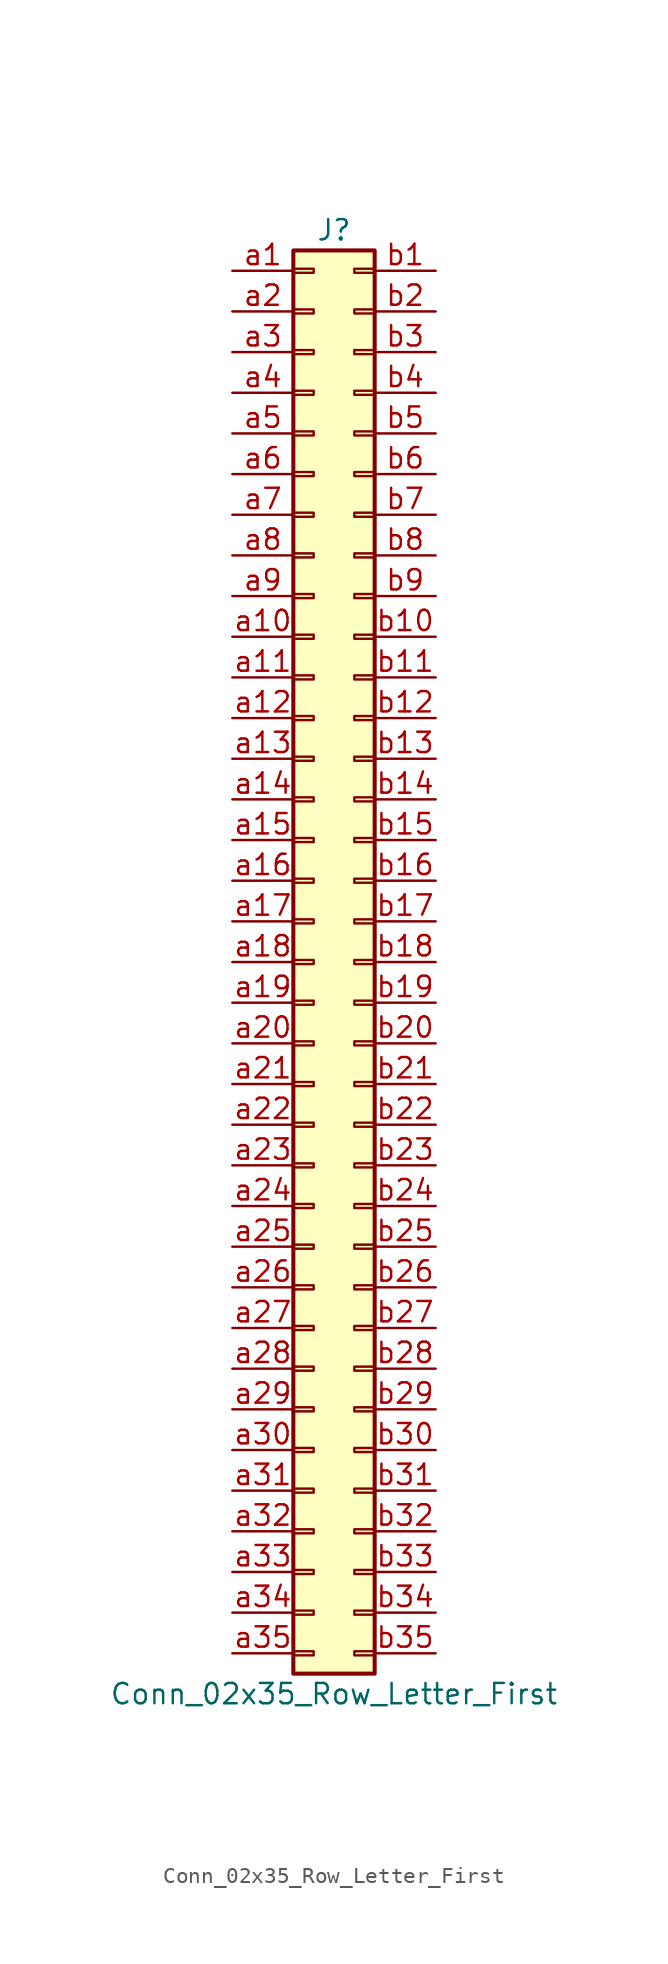
<source format=kicad_sym>
(kicad_symbol_lib
  (version 20201005)
  (generator kicad_symbol_editor)
  (symbol "Conn_02x35_Row_Letter_First"
    (pin_names
      (offset 1.016) hide)
    (property "Reference" "J"
      (at 1.27 45.72 0)
      (effects (font (size 1.27 1.27))))
    (property "Value" "Conn_02x35_Row_Letter_First"
      (at 1.27 -45.72 0)
      (effects (font (size 1.27 1.27))))
    (symbol "Conn_02x35_Row_Letter_First_1_1"
      (rectangle (start -1.27 -43.053) (end 0 -43.307) (stroke (width 0.152)) (fill (type none)))
      (rectangle (start -1.27 -40.513) (end 0 -40.767) (stroke (width 0.152)) (fill (type none)))
      (rectangle (start -1.27 -37.973) (end 0 -38.227) (stroke (width 0.152)) (fill (type none)))
      (rectangle (start -1.27 -35.433) (end 0 -35.687) (stroke (width 0.152)) (fill (type none)))
      (rectangle (start -1.27 -32.893) (end 0 -33.147) (stroke (width 0.152)) (fill (type none)))
      (rectangle (start -1.27 -30.353) (end 0 -30.607) (stroke (width 0.152)) (fill (type none)))
      (rectangle (start -1.27 -27.813) (end 0 -28.067) (stroke (width 0.152)) (fill (type none)))
      (rectangle (start -1.27 -25.273) (end 0 -25.527) (stroke (width 0.152)) (fill (type none)))
      (rectangle (start -1.27 -22.733) (end 0 -22.987) (stroke (width 0.152)) (fill (type none)))
      (rectangle (start -1.27 -20.193) (end 0 -20.447) (stroke (width 0.152)) (fill (type none)))
      (rectangle (start -1.27 -17.653) (end 0 -17.907) (stroke (width 0.152)) (fill (type none)))
      (rectangle (start -1.27 -15.113) (end 0 -15.367) (stroke (width 0.152)) (fill (type none)))
      (rectangle (start -1.27 -12.573) (end 0 -12.827) (stroke (width 0.152)) (fill (type none)))
      (rectangle (start -1.27 -10.033) (end 0 -10.287) (stroke (width 0.152)) (fill (type none)))
      (rectangle (start -1.27 -7.493) (end 0 -7.747) (stroke (width 0.152)) (fill (type none)))
      (rectangle (start -1.27 -4.953) (end 0 -5.207) (stroke (width 0.152)) (fill (type none)))
      (rectangle (start -1.27 -2.413) (end 0 -2.667) (stroke (width 0.152)) (fill (type none)))
      (rectangle (start -1.27 0.127) (end 0 -0.127) (stroke (width 0.152)) (fill (type none)))
      (rectangle (start -1.27 2.667) (end 0 2.413) (stroke (width 0.152)) (fill (type none)))
      (rectangle (start -1.27 5.207) (end 0 4.953) (stroke (width 0.152)) (fill (type none)))
      (rectangle (start -1.27 7.747) (end 0 7.493) (stroke (width 0.152)) (fill (type none)))
      (rectangle (start -1.27 10.287) (end 0 10.033) (stroke (width 0.152)) (fill (type none)))
      (rectangle (start -1.27 12.827) (end 0 12.573) (stroke (width 0.152)) (fill (type none)))
      (rectangle (start -1.27 15.367) (end 0 15.113) (stroke (width 0.152)) (fill (type none)))
      (rectangle (start -1.27 17.907) (end 0 17.653) (stroke (width 0.152)) (fill (type none)))
      (rectangle (start -1.27 20.447) (end 0 20.193) (stroke (width 0.152)) (fill (type none)))
      (rectangle (start -1.27 22.987) (end 0 22.733) (stroke (width 0.152)) (fill (type none)))
      (rectangle (start -1.27 25.527) (end 0 25.273) (stroke (width 0.152)) (fill (type none)))
      (rectangle (start -1.27 28.067) (end 0 27.813) (stroke (width 0.152)) (fill (type none)))
      (rectangle (start -1.27 30.607) (end 0 30.353) (stroke (width 0.152)) (fill (type none)))
      (rectangle (start -1.27 33.147) (end 0 32.893) (stroke (width 0.152)) (fill (type none)))
      (rectangle (start -1.27 35.687) (end 0 35.433) (stroke (width 0.152)) (fill (type none)))
      (rectangle (start -1.27 38.227) (end 0 37.973) (stroke (width 0.152)) (fill (type none)))
      (rectangle (start -1.27 40.767) (end 0 40.513) (stroke (width 0.152)) (fill (type none)))
      (rectangle (start -1.27 43.307) (end 0 43.053) (stroke (width 0.152)) (fill (type none)))
      (rectangle (start 3.81 -43.053) (end 2.54 -43.307) (stroke (width 0.152)) (fill (type none)))
      (rectangle (start 3.81 -40.513) (end 2.54 -40.767) (stroke (width 0.152)) (fill (type none)))
      (rectangle (start 3.81 -37.973) (end 2.54 -38.227) (stroke (width 0.152)) (fill (type none)))
      (rectangle (start 3.81 -35.433) (end 2.54 -35.687) (stroke (width 0.152)) (fill (type none)))
      (rectangle (start 3.81 -32.893) (end 2.54 -33.147) (stroke (width 0.152)) (fill (type none)))
      (rectangle (start 3.81 -30.353) (end 2.54 -30.607) (stroke (width 0.152)) (fill (type none)))
      (rectangle (start 3.81 -27.813) (end 2.54 -28.067) (stroke (width 0.152)) (fill (type none)))
      (rectangle (start 3.81 -25.273) (end 2.54 -25.527) (stroke (width 0.152)) (fill (type none)))
      (rectangle (start 3.81 -22.733) (end 2.54 -22.987) (stroke (width 0.152)) (fill (type none)))
      (rectangle (start 3.81 -20.193) (end 2.54 -20.447) (stroke (width 0.152)) (fill (type none)))
      (rectangle (start 3.81 -17.653) (end 2.54 -17.907) (stroke (width 0.152)) (fill (type none)))
      (rectangle (start 3.81 -15.113) (end 2.54 -15.367) (stroke (width 0.152)) (fill (type none)))
      (rectangle (start 3.81 -12.573) (end 2.54 -12.827) (stroke (width 0.152)) (fill (type none)))
      (rectangle (start 3.81 -10.033) (end 2.54 -10.287) (stroke (width 0.152)) (fill (type none)))
      (rectangle (start 3.81 -7.493) (end 2.54 -7.747) (stroke (width 0.152)) (fill (type none)))
      (rectangle (start 3.81 -4.953) (end 2.54 -5.207) (stroke (width 0.152)) (fill (type none)))
      (rectangle (start 3.81 -2.413) (end 2.54 -2.667) (stroke (width 0.152)) (fill (type none)))
      (rectangle (start 3.81 0.127) (end 2.54 -0.127) (stroke (width 0.152)) (fill (type none)))
      (rectangle (start 3.81 2.667) (end 2.54 2.413) (stroke (width 0.152)) (fill (type none)))
      (rectangle (start 3.81 5.207) (end 2.54 4.953) (stroke (width 0.152)) (fill (type none)))
      (rectangle (start 3.81 7.747) (end 2.54 7.493) (stroke (width 0.152)) (fill (type none)))
      (rectangle (start 3.81 10.287) (end 2.54 10.033) (stroke (width 0.152)) (fill (type none)))
      (rectangle (start 3.81 12.827) (end 2.54 12.573) (stroke (width 0.152)) (fill (type none)))
      (rectangle (start 3.81 15.367) (end 2.54 15.113) (stroke (width 0.152)) (fill (type none)))
      (rectangle (start 3.81 17.907) (end 2.54 17.653) (stroke (width 0.152)) (fill (type none)))
      (rectangle (start 3.81 20.447) (end 2.54 20.193) (stroke (width 0.152)) (fill (type none)))
      (rectangle (start 3.81 22.987) (end 2.54 22.733) (stroke (width 0.152)) (fill (type none)))
      (rectangle (start 3.81 25.527) (end 2.54 25.273) (stroke (width 0.152)) (fill (type none)))
      (rectangle (start 3.81 28.067) (end 2.54 27.813) (stroke (width 0.152)) (fill (type none)))
      (rectangle (start 3.81 30.607) (end 2.54 30.353) (stroke (width 0.152)) (fill (type none)))
      (rectangle (start 3.81 33.147) (end 2.54 32.893) (stroke (width 0.152)) (fill (type none)))
      (rectangle (start 3.81 35.687) (end 2.54 35.433) (stroke (width 0.152)) (fill (type none)))
      (rectangle (start 3.81 38.227) (end 2.54 37.973) (stroke (width 0.152)) (fill (type none)))
      (rectangle (start 3.81 40.767) (end 2.54 40.513) (stroke (width 0.152)) (fill (type none)))
      (rectangle (start 3.81 43.307) (end 2.54 43.053) (stroke (width 0.152)) (fill (type none)))
      (rectangle (start -1.27 44.45) (end 3.81 -44.45) (stroke (width 0.254)) (fill (type background)))
      (pin passive line (at -5.08 43.18 0) (length 3.81) (name "Pin_a1" (effects (font (size 1.27 1.27)))) (number "a1" (effects (font (size 1.27 1.27)))))
      (pin passive line (at -5.08 20.32 0) (length 3.81) (name "Pin_a10" (effects (font (size 1.27 1.27)))) (number "a10" (effects (font (size 1.27 1.27)))))
      (pin passive line (at -5.08 17.78 0) (length 3.81) (name "Pin_a11" (effects (font (size 1.27 1.27)))) (number "a11" (effects (font (size 1.27 1.27)))))
      (pin passive line (at -5.08 15.24 0) (length 3.81) (name "Pin_a12" (effects (font (size 1.27 1.27)))) (number "a12" (effects (font (size 1.27 1.27)))))
      (pin passive line (at -5.08 12.7 0) (length 3.81) (name "Pin_a13" (effects (font (size 1.27 1.27)))) (number "a13" (effects (font (size 1.27 1.27)))))
      (pin passive line (at -5.08 10.16 0) (length 3.81) (name "Pin_a14" (effects (font (size 1.27 1.27)))) (number "a14" (effects (font (size 1.27 1.27)))))
      (pin passive line (at -5.08 7.62 0) (length 3.81) (name "Pin_a15" (effects (font (size 1.27 1.27)))) (number "a15" (effects (font (size 1.27 1.27)))))
      (pin passive line (at -5.08 5.08 0) (length 3.81) (name "Pin_a16" (effects (font (size 1.27 1.27)))) (number "a16" (effects (font (size 1.27 1.27)))))
      (pin passive line (at -5.08 2.54 0) (length 3.81) (name "Pin_a17" (effects (font (size 1.27 1.27)))) (number "a17" (effects (font (size 1.27 1.27)))))
      (pin passive line (at -5.08 0 0) (length 3.81) (name "Pin_a18" (effects (font (size 1.27 1.27)))) (number "a18" (effects (font (size 1.27 1.27)))))
      (pin passive line (at -5.08 -2.54 0) (length 3.81) (name "Pin_a19" (effects (font (size 1.27 1.27)))) (number "a19" (effects (font (size 1.27 1.27)))))
      (pin passive line (at -5.08 40.64 0) (length 3.81) (name "Pin_a2" (effects (font (size 1.27 1.27)))) (number "a2" (effects (font (size 1.27 1.27)))))
      (pin passive line (at -5.08 -5.08 0) (length 3.81) (name "Pin_a20" (effects (font (size 1.27 1.27)))) (number "a20" (effects (font (size 1.27 1.27)))))
      (pin passive line (at -5.08 -7.62 0) (length 3.81) (name "Pin_a21" (effects (font (size 1.27 1.27)))) (number "a21" (effects (font (size 1.27 1.27)))))
      (pin passive line (at -5.08 -10.16 0) (length 3.81) (name "Pin_a22" (effects (font (size 1.27 1.27)))) (number "a22" (effects (font (size 1.27 1.27)))))
      (pin passive line (at -5.08 -12.7 0) (length 3.81) (name "Pin_a23" (effects (font (size 1.27 1.27)))) (number "a23" (effects (font (size 1.27 1.27)))))
      (pin passive line (at -5.08 -15.24 0) (length 3.81) (name "Pin_a24" (effects (font (size 1.27 1.27)))) (number "a24" (effects (font (size 1.27 1.27)))))
      (pin passive line (at -5.08 -17.78 0) (length 3.81) (name "Pin_a25" (effects (font (size 1.27 1.27)))) (number "a25" (effects (font (size 1.27 1.27)))))
      (pin passive line (at -5.08 -20.32 0) (length 3.81) (name "Pin_a26" (effects (font (size 1.27 1.27)))) (number "a26" (effects (font (size 1.27 1.27)))))
      (pin passive line (at -5.08 -22.86 0) (length 3.81) (name "Pin_a27" (effects (font (size 1.27 1.27)))) (number "a27" (effects (font (size 1.27 1.27)))))
      (pin passive line (at -5.08 -25.4 0) (length 3.81) (name "Pin_a28" (effects (font (size 1.27 1.27)))) (number "a28" (effects (font (size 1.27 1.27)))))
      (pin passive line (at -5.08 -27.94 0) (length 3.81) (name "Pin_a29" (effects (font (size 1.27 1.27)))) (number "a29" (effects (font (size 1.27 1.27)))))
      (pin passive line (at -5.08 38.1 0) (length 3.81) (name "Pin_a3" (effects (font (size 1.27 1.27)))) (number "a3" (effects (font (size 1.27 1.27)))))
      (pin passive line (at -5.08 -30.48 0) (length 3.81) (name "Pin_a30" (effects (font (size 1.27 1.27)))) (number "a30" (effects (font (size 1.27 1.27)))))
      (pin passive line (at -5.08 -33.02 0) (length 3.81) (name "Pin_a31" (effects (font (size 1.27 1.27)))) (number "a31" (effects (font (size 1.27 1.27)))))
      (pin passive line (at -5.08 -35.56 0) (length 3.81) (name "Pin_a32" (effects (font (size 1.27 1.27)))) (number "a32" (effects (font (size 1.27 1.27)))))
      (pin passive line (at -5.08 -38.1 0) (length 3.81) (name "Pin_a33" (effects (font (size 1.27 1.27)))) (number "a33" (effects (font (size 1.27 1.27)))))
      (pin passive line (at -5.08 -40.64 0) (length 3.81) (name "Pin_a34" (effects (font (size 1.27 1.27)))) (number "a34" (effects (font (size 1.27 1.27)))))
      (pin passive line (at -5.08 -43.18 0) (length 3.81) (name "Pin_a35" (effects (font (size 1.27 1.27)))) (number "a35" (effects (font (size 1.27 1.27)))))
      (pin passive line (at -5.08 35.56 0) (length 3.81) (name "Pin_a4" (effects (font (size 1.27 1.27)))) (number "a4" (effects (font (size 1.27 1.27)))))
      (pin passive line (at -5.08 33.02 0) (length 3.81) (name "Pin_a5" (effects (font (size 1.27 1.27)))) (number "a5" (effects (font (size 1.27 1.27)))))
      (pin passive line (at -5.08 30.48 0) (length 3.81) (name "Pin_a6" (effects (font (size 1.27 1.27)))) (number "a6" (effects (font (size 1.27 1.27)))))
      (pin passive line (at -5.08 27.94 0) (length 3.81) (name "Pin_a7" (effects (font (size 1.27 1.27)))) (number "a7" (effects (font (size 1.27 1.27)))))
      (pin passive line (at -5.08 25.4 0) (length 3.81) (name "Pin_a8" (effects (font (size 1.27 1.27)))) (number "a8" (effects (font (size 1.27 1.27)))))
      (pin passive line (at -5.08 22.86 0) (length 3.81) (name "Pin_a9" (effects (font (size 1.27 1.27)))) (number "a9" (effects (font (size 1.27 1.27)))))
      (pin passive line (at 7.62 43.18 180) (length 3.81) (name "Pin_b1" (effects (font (size 1.27 1.27)))) (number "b1" (effects (font (size 1.27 1.27)))))
      (pin passive line (at 7.62 20.32 180) (length 3.81) (name "Pin_b10" (effects (font (size 1.27 1.27)))) (number "b10" (effects (font (size 1.27 1.27)))))
      (pin passive line (at 7.62 17.78 180) (length 3.81) (name "Pin_b11" (effects (font (size 1.27 1.27)))) (number "b11" (effects (font (size 1.27 1.27)))))
      (pin passive line (at 7.62 15.24 180) (length 3.81) (name "Pin_b12" (effects (font (size 1.27 1.27)))) (number "b12" (effects (font (size 1.27 1.27)))))
      (pin passive line (at 7.62 12.7 180) (length 3.81) (name "Pin_b13" (effects (font (size 1.27 1.27)))) (number "b13" (effects (font (size 1.27 1.27)))))
      (pin passive line (at 7.62 10.16 180) (length 3.81) (name "Pin_b14" (effects (font (size 1.27 1.27)))) (number "b14" (effects (font (size 1.27 1.27)))))
      (pin passive line (at 7.62 7.62 180) (length 3.81) (name "Pin_b15" (effects (font (size 1.27 1.27)))) (number "b15" (effects (font (size 1.27 1.27)))))
      (pin passive line (at 7.62 5.08 180) (length 3.81) (name "Pin_b16" (effects (font (size 1.27 1.27)))) (number "b16" (effects (font (size 1.27 1.27)))))
      (pin passive line (at 7.62 2.54 180) (length 3.81) (name "Pin_b17" (effects (font (size 1.27 1.27)))) (number "b17" (effects (font (size 1.27 1.27)))))
      (pin passive line (at 7.62 0 180) (length 3.81) (name "Pin_b18" (effects (font (size 1.27 1.27)))) (number "b18" (effects (font (size 1.27 1.27)))))
      (pin passive line (at 7.62 -2.54 180) (length 3.81) (name "Pin_b19" (effects (font (size 1.27 1.27)))) (number "b19" (effects (font (size 1.27 1.27)))))
      (pin passive line (at 7.62 40.64 180) (length 3.81) (name "Pin_b2" (effects (font (size 1.27 1.27)))) (number "b2" (effects (font (size 1.27 1.27)))))
      (pin passive line (at 7.62 -5.08 180) (length 3.81) (name "Pin_b20" (effects (font (size 1.27 1.27)))) (number "b20" (effects (font (size 1.27 1.27)))))
      (pin passive line (at 7.62 -7.62 180) (length 3.81) (name "Pin_b21" (effects (font (size 1.27 1.27)))) (number "b21" (effects (font (size 1.27 1.27)))))
      (pin passive line (at 7.62 -10.16 180) (length 3.81) (name "Pin_b22" (effects (font (size 1.27 1.27)))) (number "b22" (effects (font (size 1.27 1.27)))))
      (pin passive line (at 7.62 -12.7 180) (length 3.81) (name "Pin_b23" (effects (font (size 1.27 1.27)))) (number "b23" (effects (font (size 1.27 1.27)))))
      (pin passive line (at 7.62 -15.24 180) (length 3.81) (name "Pin_b24" (effects (font (size 1.27 1.27)))) (number "b24" (effects (font (size 1.27 1.27)))))
      (pin passive line (at 7.62 -17.78 180) (length 3.81) (name "Pin_b25" (effects (font (size 1.27 1.27)))) (number "b25" (effects (font (size 1.27 1.27)))))
      (pin passive line (at 7.62 -20.32 180) (length 3.81) (name "Pin_b26" (effects (font (size 1.27 1.27)))) (number "b26" (effects (font (size 1.27 1.27)))))
      (pin passive line (at 7.62 -22.86 180) (length 3.81) (name "Pin_b27" (effects (font (size 1.27 1.27)))) (number "b27" (effects (font (size 1.27 1.27)))))
      (pin passive line (at 7.62 -25.4 180) (length 3.81) (name "Pin_b28" (effects (font (size 1.27 1.27)))) (number "b28" (effects (font (size 1.27 1.27)))))
      (pin passive line (at 7.62 -27.94 180) (length 3.81) (name "Pin_b29" (effects (font (size 1.27 1.27)))) (number "b29" (effects (font (size 1.27 1.27)))))
      (pin passive line (at 7.62 38.1 180) (length 3.81) (name "Pin_b3" (effects (font (size 1.27 1.27)))) (number "b3" (effects (font (size 1.27 1.27)))))
      (pin passive line (at 7.62 -30.48 180) (length 3.81) (name "Pin_b30" (effects (font (size 1.27 1.27)))) (number "b30" (effects (font (size 1.27 1.27)))))
      (pin passive line (at 7.62 -33.02 180) (length 3.81) (name "Pin_b31" (effects (font (size 1.27 1.27)))) (number "b31" (effects (font (size 1.27 1.27)))))
      (pin passive line (at 7.62 -35.56 180) (length 3.81) (name "Pin_b32" (effects (font (size 1.27 1.27)))) (number "b32" (effects (font (size 1.27 1.27)))))
      (pin passive line (at 7.62 -38.1 180) (length 3.81) (name "Pin_b33" (effects (font (size 1.27 1.27)))) (number "b33" (effects (font (size 1.27 1.27)))))
      (pin passive line (at 7.62 -40.64 180) (length 3.81) (name "Pin_b34" (effects (font (size 1.27 1.27)))) (number "b34" (effects (font (size 1.27 1.27)))))
      (pin passive line (at 7.62 -43.18 180) (length 3.81) (name "Pin_b35" (effects (font (size 1.27 1.27)))) (number "b35" (effects (font (size 1.27 1.27)))))
      (pin passive line (at 7.62 35.56 180) (length 3.81) (name "Pin_b4" (effects (font (size 1.27 1.27)))) (number "b4" (effects (font (size 1.27 1.27)))))
      (pin passive line (at 7.62 33.02 180) (length 3.81) (name "Pin_b5" (effects (font (size 1.27 1.27)))) (number "b5" (effects (font (size 1.27 1.27)))))
      (pin passive line (at 7.62 30.48 180) (length 3.81) (name "Pin_b6" (effects (font (size 1.27 1.27)))) (number "b6" (effects (font (size 1.27 1.27)))))
      (pin passive line (at 7.62 27.94 180) (length 3.81) (name "Pin_b7" (effects (font (size 1.27 1.27)))) (number "b7" (effects (font (size 1.27 1.27)))))
      (pin passive line (at 7.62 25.4 180) (length 3.81) (name "Pin_b8" (effects (font (size 1.27 1.27)))) (number "b8" (effects (font (size 1.27 1.27)))))
      (pin passive line (at 7.62 22.86 180) (length 3.81) (name "Pin_b9" (effects (font (size 1.27 1.27)))) (number "b9" (effects (font (size 1.27 1.27))))))))
</source>
